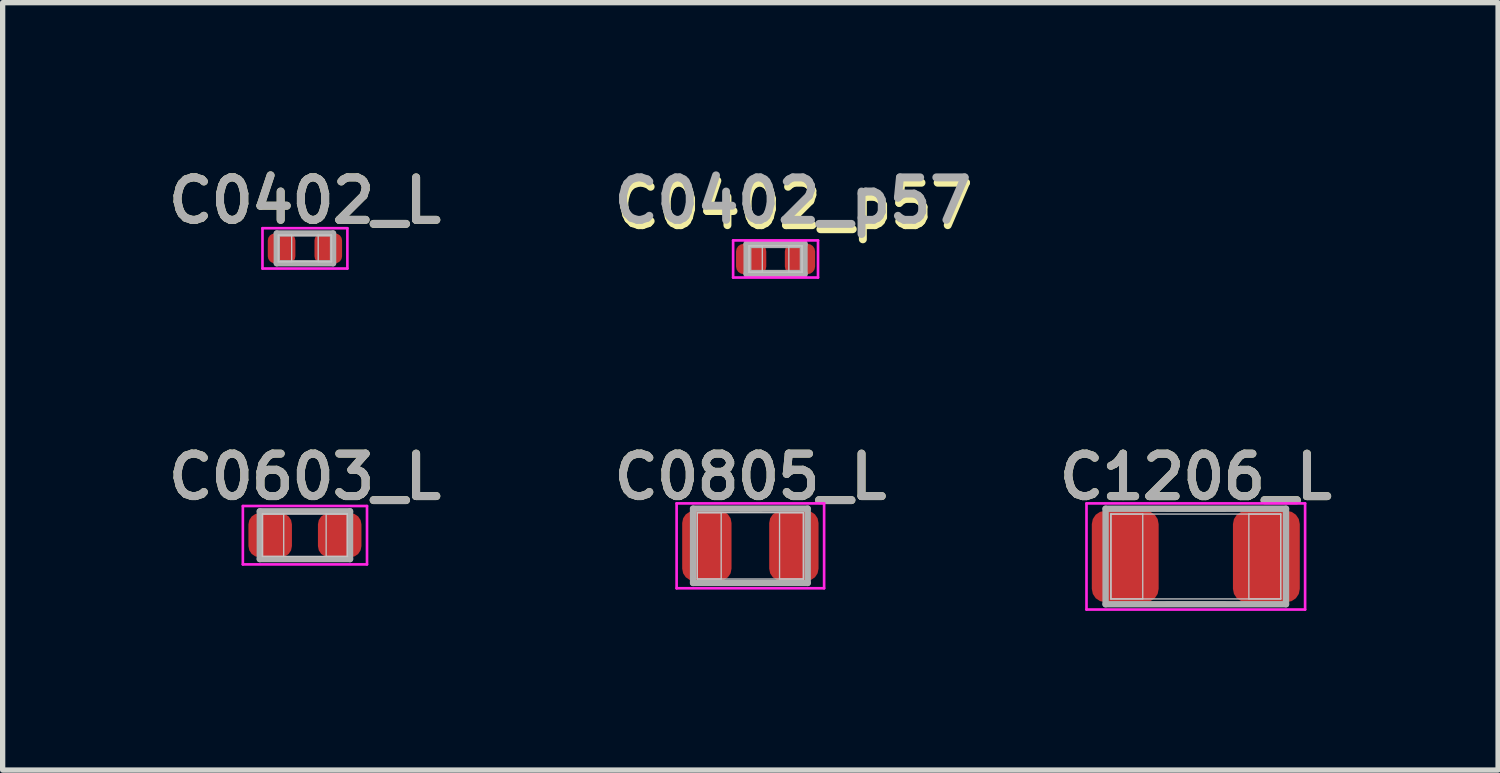
<source format=kicad_pcb>
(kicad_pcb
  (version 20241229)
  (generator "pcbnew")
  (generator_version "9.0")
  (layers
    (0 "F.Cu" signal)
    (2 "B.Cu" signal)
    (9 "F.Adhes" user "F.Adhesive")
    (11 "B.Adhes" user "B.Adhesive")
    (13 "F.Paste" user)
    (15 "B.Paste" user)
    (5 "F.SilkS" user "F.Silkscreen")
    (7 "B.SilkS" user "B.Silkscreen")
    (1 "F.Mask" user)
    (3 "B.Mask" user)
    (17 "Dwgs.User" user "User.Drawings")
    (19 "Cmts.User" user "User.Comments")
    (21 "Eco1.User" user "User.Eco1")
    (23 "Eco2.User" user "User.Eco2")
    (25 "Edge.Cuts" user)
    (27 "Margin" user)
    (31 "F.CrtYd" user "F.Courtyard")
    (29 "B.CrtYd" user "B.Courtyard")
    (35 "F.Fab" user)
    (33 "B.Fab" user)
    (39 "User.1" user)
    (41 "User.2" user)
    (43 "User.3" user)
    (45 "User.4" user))
  (footprint "C1206_L"
    (layer "F.Cu")
    (at 19.487 7.438)
    (property "Reference" "C1206_L" (at 0 -1.5 0) (layer "F.SilkS") (effects (font (size 0.8 0.8) (thickness 0.15))))
    (attr smd)
    (fp_line (start -0.55 -0.9) (end 0.55 -0.9) (stroke (width 0.1) (type solid)) (layer "F.SilkS"))
    (fp_line (start -0.55 0.9) (end 0.55 0.9) (stroke (width 0.1) (type solid)) (layer "F.SilkS"))
    (fp_line (start -1.6 -0.8) (end -1 -0.8) (stroke (width 0.025) (type solid)) (layer "Dwgs.User"))
    (fp_line (start -1.6 -0.8) (end 1.6 -0.8) (stroke (width 0.025) (type solid)) (layer "Dwgs.User"))
    (fp_line (start -1.6 0.8) (end -1.6 -0.8) (stroke (width 0.025) (type solid)) (layer "Dwgs.User"))
    (fp_line (start -1.6 0.8) (end -1.6 -0.8) (stroke (width 0.025) (type solid)) (layer "Dwgs.User"))
    (fp_line (start -1 -0.8) (end -1 0.8) (stroke (width 0.025) (type solid)) (layer "Dwgs.User"))
    (fp_line (start -1 0.8) (end -1.6 0.8) (stroke (width 0.025) (type solid)) (layer "Dwgs.User"))
    (fp_line (start 1 -0.8) (end 1.6 -0.8) (stroke (width 0.025) (type solid)) (layer "Dwgs.User"))
    (fp_line (start 1 0.8) (end 1 -0.8) (stroke (width 0.025) (type solid)) (layer "Dwgs.User"))
    (fp_line (start 1.6 -0.8) (end 1.6 0.8) (stroke (width 0.025) (type solid)) (layer "Dwgs.User"))
    (fp_line (start 1.6 -0.8) (end 1.6 0.8) (stroke (width 0.025) (type solid)) (layer "Dwgs.User"))
    (fp_line (start 1.6 0.8) (end -1.6 0.8) (stroke (width 0.025) (type solid)) (layer "Dwgs.User"))
    (fp_line (start 1.6 0.8) (end 1 0.8) (stroke (width 0.025) (type solid)) (layer "Dwgs.User"))
    (fp_line (start -2.06 -1) (end 2.06 -1) (stroke (width 0.05) (type solid)) (layer "F.CrtYd"))
    (fp_line (start -2.06 1) (end -2.06 -1) (stroke (width 0.05) (type solid)) (layer "F.CrtYd"))
    (fp_line (start 2.06 -1) (end 2.06 1) (stroke (width 0.05) (type solid)) (layer "F.CrtYd"))
    (fp_line (start 2.06 1) (end -2.06 1) (stroke (width 0.05) (type solid)) (layer "F.CrtYd"))
    (fp_line (start -1.7 -0.9) (end 1.7 -0.9) (stroke (width 0.12) (type solid)) (layer "F.Fab"))
    (fp_line (start -1.7 0.9) (end -1.7 -0.9) (stroke (width 0.12) (type solid)) (layer "F.Fab"))
    (fp_line (start 1.7 -0.9) (end 1.7 0.9) (stroke (width 0.12) (type solid)) (layer "F.Fab"))
    (fp_line (start 1.7 0.9) (end -1.7 0.9) (stroke (width 0.12) (type solid)) (layer "F.Fab"))
    (fp_text user "${REFERENCE}" (at 0 -1.5 0) (layer "F.Fab") (effects (font (size 0.8 0.8) (thickness 0.15))))
    (pad "" smd custom (at -1.33 0) (size 0.3 0.3) (layers "F.Paste") (options (anchor circle)) (primitives (gr_poly (pts (xy -0.63 -0.6) (xy -0.4 -0.86) (xy 0.21 -0.86) (xy 0.63 0) (xy 0.21 0.86) (xy -0.4 0.86) (xy -0.63 0.6)) (width 0) (fill yes))))
    (pad "" smd custom (at 1.33 0 180) (size 0.3 0.3) (layers "F.Paste") (options (anchor circle)) (primitives (gr_poly (pts (xy -0.63 -0.6) (xy -0.4 -0.86) (xy 0.21 -0.86) (xy 0.63 0) (xy 0.21 0.86) (xy -0.4 0.86) (xy -0.63 0.6)) (width 0) (fill yes))))
    (pad "1" smd roundrect (at -1.33 0) (size 1.26 1.72) (layers "F.Cu" "F.Mask") (roundrect_rratio 0.198))
    (pad "2" smd roundrect (at 1.33 0) (size 1.26 1.72) (layers "F.Cu" "F.Mask") (roundrect_rratio 0.198)))
  (footprint "C0402_p57"
    (layer "F.Cu")
    (at 11.567 1.831)
    (property "Reference" "C0402_p57" (at 0.325 -1.1 0) (layer "F.Fab") (effects (font (size 0.8 0.8) (thickness 0.15))))
    (attr smd)
    (fp_line (start -0.5 -0.25) (end -0.25 -0.25) (stroke (width 0.025) (type solid)) (layer "Dwgs.User"))
    (fp_line (start -0.5 -0.25) (end 0.5 -0.25) (stroke (width 0.025) (type solid)) (layer "Dwgs.User"))
    (fp_line (start -0.5 0.25) (end -0.5 -0.25) (stroke (width 0.025) (type solid)) (layer "Dwgs.User"))
    (fp_line (start -0.5 0.25) (end -0.5 -0.25) (stroke (width 0.025) (type solid)) (layer "Dwgs.User"))
    (fp_line (start -0.25 -0.25) (end -0.25 0.25) (stroke (width 0.025) (type solid)) (layer "Dwgs.User"))
    (fp_line (start -0.25 0.25) (end -0.5 0.25) (stroke (width 0.025) (type solid)) (layer "Dwgs.User"))
    (fp_line (start 0.25 -0.25) (end 0.5 -0.25) (stroke (width 0.025) (type solid)) (layer "Dwgs.User"))
    (fp_line (start 0.25 0.25) (end 0.25 -0.25) (stroke (width 0.025) (type solid)) (layer "Dwgs.User"))
    (fp_line (start 0.5 -0.25) (end 0.5 0.25) (stroke (width 0.025) (type solid)) (layer "Dwgs.User"))
    (fp_line (start 0.5 -0.25) (end 0.5 0.25) (stroke (width 0.025) (type solid)) (layer "Dwgs.User"))
    (fp_line (start 0.5 0.25) (end -0.5 0.25) (stroke (width 0.025) (type solid)) (layer "Dwgs.User"))
    (fp_line (start 0.5 0.25) (end 0.25 0.25) (stroke (width 0.025) (type solid)) (layer "Dwgs.User"))
    (fp_line (start -0.8 -0.35) (end 0.8 -0.35) (stroke (width 0.05) (type solid)) (layer "F.CrtYd"))
    (fp_line (start -0.8 0.35) (end -0.8 -0.35) (stroke (width 0.05) (type solid)) (layer "F.CrtYd"))
    (fp_line (start 0.8 -0.35) (end 0.8 0.35) (stroke (width 0.05) (type solid)) (layer "F.CrtYd"))
    (fp_line (start 0.8 0.35) (end -0.8 0.35) (stroke (width 0.05) (type solid)) (layer "F.CrtYd"))
    (fp_line (start -0.53 -0.28) (end 0.53 -0.28) (stroke (width 0.15) (type solid)) (layer "F.Fab"))
    (fp_line (start -0.53 0.28) (end -0.53 -0.28) (stroke (width 0.15) (type solid)) (layer "F.Fab"))
    (fp_line (start 0.53 -0.28) (end 0.53 0.28) (stroke (width 0.15) (type solid)) (layer "F.Fab"))
    (fp_line (start 0.53 0.28) (end -0.53 0.28) (stroke (width 0.15) (type solid)) (layer "F.Fab"))
    (fp_text user "${REFERENCE}" (at 0.35 -1 0) (layer "F.SilkS") (effects (font (size 0.8 0.8) (thickness 0.15))))
    (pad "" smd custom (at -0.46 0) (size 0.3 0.3) (layers "F.Paste") (options (anchor circle)) (primitives (gr_poly (pts (xy -0.29 -0.15) (xy -0.15 -0.29) (xy 0.095 -0.29) (xy 0.29 0) (xy 0.095 0.29) (xy -0.15 0.29) (xy -0.29 0.15)) (width 0) (fill yes))))
    (pad "" smd custom (at 0.46 0 180) (size 0.3 0.3) (layers "F.Paste") (options (anchor circle)) (primitives (gr_poly (pts (xy -0.29 -0.15) (xy -0.15 -0.29) (xy 0.095 -0.29) (xy 0.29 0) (xy 0.095 0.29) (xy -0.15 0.29) (xy -0.29 0.15)) (width 0) (fill yes))))
    (pad "1" smd roundrect (at -0.46 0) (size 0.57 0.57) (layers "F.Cu" "F.Mask") (roundrect_rratio 0.25))
    (pad "2" smd roundrect (at 0.46 0) (size 0.57 0.57) (layers "F.Cu" "F.Mask") (roundrect_rratio 0.25)))
  (footprint "C0805_L"
    (layer "F.Cu")
    (at 11.092 7.237)
    (property "Reference" "C0805_L" (at 0 -1.3 0) (layer "F.SilkS") (effects (font (size 0.8 0.8) (thickness 0.15))))
    (attr smd)
    (fp_line (start -0.205 -0.7) (end 0.205 -0.7) (stroke (width 0.1) (type solid)) (layer "F.SilkS"))
    (fp_line (start -0.205 0.7) (end 0.205 0.7) (stroke (width 0.1) (type solid)) (layer "F.SilkS"))
    (fp_line (start -1 -0.625) (end -0.55 -0.625) (stroke (width 0.025) (type solid)) (layer "Dwgs.User"))
    (fp_line (start -1 -0.625) (end 1 -0.625) (stroke (width 0.025) (type solid)) (layer "Dwgs.User"))
    (fp_line (start -1 0.625) (end -1 -0.625) (stroke (width 0.025) (type solid)) (layer "Dwgs.User"))
    (fp_line (start -1 0.625) (end -1 -0.625) (stroke (width 0.025) (type solid)) (layer "Dwgs.User"))
    (fp_line (start -0.55 -0.625) (end -0.55 0.625) (stroke (width 0.025) (type solid)) (layer "Dwgs.User"))
    (fp_line (start -0.55 0.625) (end -1 0.625) (stroke (width 0.025) (type solid)) (layer "Dwgs.User"))
    (fp_line (start 0.55 -0.625) (end 1 -0.625) (stroke (width 0.025) (type solid)) (layer "Dwgs.User"))
    (fp_line (start 0.55 0.625) (end 0.55 -0.625) (stroke (width 0.025) (type solid)) (layer "Dwgs.User"))
    (fp_line (start 1 -0.625) (end 1 0.625) (stroke (width 0.025) (type solid)) (layer "Dwgs.User"))
    (fp_line (start 1 -0.625) (end 1 0.625) (stroke (width 0.025) (type solid)) (layer "Dwgs.User"))
    (fp_line (start 1 0.625) (end -1 0.625) (stroke (width 0.025) (type solid)) (layer "Dwgs.User"))
    (fp_line (start 1 0.625) (end 0.55 0.625) (stroke (width 0.025) (type solid)) (layer "Dwgs.User"))
    (fp_line (start -1.39 -0.8) (end 1.39 -0.8) (stroke (width 0.05) (type solid)) (layer "F.CrtYd"))
    (fp_line (start -1.39 0.8) (end -1.39 -0.8) (stroke (width 0.05) (type solid)) (layer "F.CrtYd"))
    (fp_line (start 1.39 -0.8) (end 1.39 0.8) (stroke (width 0.05) (type solid)) (layer "F.CrtYd"))
    (fp_line (start 1.39 0.8) (end -1.39 0.8) (stroke (width 0.05) (type solid)) (layer "F.CrtYd"))
    (fp_line (start -1.08 -0.7) (end 1.08 -0.7) (stroke (width 0.12) (type solid)) (layer "F.Fab"))
    (fp_line (start -1.08 0.7) (end -1.08 -0.7) (stroke (width 0.12) (type solid)) (layer "F.Fab"))
    (fp_line (start 1.08 -0.7) (end 1.08 0.7) (stroke (width 0.12) (type solid)) (layer "F.Fab"))
    (fp_line (start 1.08 0.7) (end -1.08 0.7) (stroke (width 0.12) (type solid)) (layer "F.Fab"))
    (fp_text user "${REFERENCE}" (at 0 -1.3 0) (layer "F.Fab") (effects (font (size 0.8 0.8) (thickness 0.15))))
    (pad "" smd custom (at -0.82 0) (size 0.3 0.3) (layers "F.Paste") (options (anchor circle)) (primitives (gr_poly (pts (xy -0.465 -0.45) (xy -0.25 -0.66) (xy 0.155 -0.66) (xy 0.465 0) (xy 0.155 0.66) (xy -0.25 0.66) (xy -0.465 0.45)) (width 0) (fill yes))))
    (pad "" smd custom (at 0.82 0 180) (size 0.3 0.3) (layers "F.Paste") (options (anchor circle)) (primitives (gr_poly (pts (xy -0.465 -0.45) (xy -0.25 -0.66) (xy 0.155 -0.66) (xy 0.465 0) (xy 0.155 0.66) (xy -0.25 0.66) (xy -0.465 0.45)) (width 0) (fill yes))))
    (pad "1" smd roundrect (at -0.82 0) (size 0.93 1.32) (layers "F.Cu" "F.Mask") (roundrect_rratio 0.247))
    (pad "2" smd roundrect (at 0.82 0) (size 0.93 1.32) (layers "F.Cu" "F.Mask") (roundrect_rratio 0.247)))
  (footprint "C0603_L"
    (layer "F.Cu")
    (at 2.697 7.037)
    (property "Reference" "C0603_L" (at 0 -1.1 0) (layer "F.SilkS") (effects (font (size 0.8 0.8) (thickness 0.15))))
    (attr smd)
    (fp_line (start -0.8 -0.4) (end -0.4 -0.4) (stroke (width 0.025) (type solid)) (layer "Dwgs.User"))
    (fp_line (start -0.8 -0.4) (end 0.8 -0.4) (stroke (width 0.025) (type solid)) (layer "Dwgs.User"))
    (fp_line (start -0.8 0.4) (end -0.8 -0.4) (stroke (width 0.025) (type solid)) (layer "Dwgs.User"))
    (fp_line (start -0.8 0.4) (end -0.8 -0.4) (stroke (width 0.025) (type solid)) (layer "Dwgs.User"))
    (fp_line (start -0.4 -0.4) (end -0.4 0.4) (stroke (width 0.025) (type solid)) (layer "Dwgs.User"))
    (fp_line (start -0.4 0.4) (end -0.8 0.4) (stroke (width 0.025) (type solid)) (layer "Dwgs.User"))
    (fp_line (start 0.4 -0.4) (end 0.8 -0.4) (stroke (width 0.025) (type solid)) (layer "Dwgs.User"))
    (fp_line (start 0.4 0.4) (end 0.4 -0.4) (stroke (width 0.025) (type solid)) (layer "Dwgs.User"))
    (fp_line (start 0.8 -0.4) (end 0.8 0.4) (stroke (width 0.025) (type solid)) (layer "Dwgs.User"))
    (fp_line (start 0.8 -0.4) (end 0.8 0.4) (stroke (width 0.025) (type solid)) (layer "Dwgs.User"))
    (fp_line (start 0.8 0.4) (end -0.8 0.4) (stroke (width 0.025) (type solid)) (layer "Dwgs.User"))
    (fp_line (start 0.8 0.4) (end 0.4 0.4) (stroke (width 0.025) (type solid)) (layer "Dwgs.User"))
    (fp_line (start -1.17 -0.55) (end 1.17 -0.55) (stroke (width 0.05) (type solid)) (layer "F.CrtYd"))
    (fp_line (start -1.17 0.55) (end -1.17 -0.55) (stroke (width 0.05) (type solid)) (layer "F.CrtYd"))
    (fp_line (start 1.17 -0.55) (end 1.17 0.55) (stroke (width 0.05) (type solid)) (layer "F.CrtYd"))
    (fp_line (start 1.17 0.55) (end -1.17 0.55) (stroke (width 0.05) (type solid)) (layer "F.CrtYd"))
    (fp_line (start -0.85 -0.45) (end 0.85 -0.45) (stroke (width 0.12) (type solid)) (layer "F.Fab"))
    (fp_line (start -0.85 0.45) (end -0.85 -0.45) (stroke (width 0.12) (type solid)) (layer "F.Fab"))
    (fp_line (start 0.85 -0.45) (end 0.85 0.45) (stroke (width 0.12) (type solid)) (layer "F.Fab"))
    (fp_line (start 0.85 0.45) (end -0.85 0.45) (stroke (width 0.12) (type solid)) (layer "F.Fab"))
    (fp_text user "${REFERENCE}" (at 0 -1.1 0) (layer "F.Fab") (effects (font (size 0.8 0.8) (thickness 0.15))))
    (pad "" smd custom (at -0.655 0) (size 0.3 0.3) (layers "F.Paste") (options (anchor circle)) (primitives (gr_poly (pts (xy -0.41 -0.22) (xy -0.22 -0.415) (xy 0.137 -0.415) (xy 0.41 0) (xy 0.137 0.415) (xy -0.22 0.415) (xy -0.41 0.22)) (width 0) (fill yes))))
    (pad "" smd custom (at 0.655 0 180) (size 0.3 0.3) (layers "F.Paste") (options (anchor circle)) (primitives (gr_poly (pts (xy -0.41 -0.22) (xy -0.22 -0.415) (xy 0.137 -0.415) (xy 0.41 0) (xy 0.137 0.415) (xy -0.22 0.415) (xy -0.41 0.22)) (width 0) (fill yes))))
    (pad "1" smd roundrect (at -0.655 0) (size 0.82 0.83) (layers "F.Cu" "F.Mask") (roundrect_rratio 0.256))
    (pad "2" smd roundrect (at 0.655 0) (size 0.82 0.83) (layers "F.Cu" "F.Mask") (roundrect_rratio 0.256)))
  (footprint "C0402_L"
    (layer "F.Cu")
    (at 2.697 1.631)
    (property "Reference" "C0402_L" (at 0 -0.9 0) (layer "F.SilkS") (effects (font (size 0.8 0.8) (thickness 0.15))))
    (attr smd)
    (fp_line (start -0.5 -0.25) (end -0.25 -0.25) (stroke (width 0.025) (type solid)) (layer "Dwgs.User"))
    (fp_line (start -0.5 -0.25) (end 0.5 -0.25) (stroke (width 0.025) (type solid)) (layer "Dwgs.User"))
    (fp_line (start -0.5 0.25) (end -0.5 -0.25) (stroke (width 0.025) (type solid)) (layer "Dwgs.User"))
    (fp_line (start -0.5 0.25) (end -0.5 -0.25) (stroke (width 0.025) (type solid)) (layer "Dwgs.User"))
    (fp_line (start -0.25 -0.25) (end -0.25 0.25) (stroke (width 0.025) (type solid)) (layer "Dwgs.User"))
    (fp_line (start -0.25 0.25) (end -0.5 0.25) (stroke (width 0.025) (type solid)) (layer "Dwgs.User"))
    (fp_line (start 0.25 -0.25) (end 0.5 -0.25) (stroke (width 0.025) (type solid)) (layer "Dwgs.User"))
    (fp_line (start 0.25 0.25) (end 0.25 -0.25) (stroke (width 0.025) (type solid)) (layer "Dwgs.User"))
    (fp_line (start 0.5 -0.25) (end 0.5 0.25) (stroke (width 0.025) (type solid)) (layer "Dwgs.User"))
    (fp_line (start 0.5 -0.25) (end 0.5 0.25) (stroke (width 0.025) (type solid)) (layer "Dwgs.User"))
    (fp_line (start 0.5 0.25) (end -0.5 0.25) (stroke (width 0.025) (type solid)) (layer "Dwgs.User"))
    (fp_line (start 0.5 0.25) (end 0.25 0.25) (stroke (width 0.025) (type solid)) (layer "Dwgs.User"))
    (fp_line (start -0.8 -0.38) (end 0.8 -0.38) (stroke (width 0.05) (type solid)) (layer "F.CrtYd"))
    (fp_line (start -0.8 0.38) (end -0.8 -0.38) (stroke (width 0.05) (type solid)) (layer "F.CrtYd"))
    (fp_line (start 0.8 -0.38) (end 0.8 0.38) (stroke (width 0.05) (type solid)) (layer "F.CrtYd"))
    (fp_line (start 0.8 0.38) (end -0.8 0.38) (stroke (width 0.05) (type solid)) (layer "F.CrtYd"))
    (fp_line (start -0.53 -0.28) (end 0.53 -0.28) (stroke (width 0.12) (type solid)) (layer "F.Fab"))
    (fp_line (start -0.53 0.28) (end -0.53 -0.28) (stroke (width 0.12) (type solid)) (layer "F.Fab"))
    (fp_line (start 0.53 -0.28) (end 0.53 0.28) (stroke (width 0.12) (type solid)) (layer "F.Fab"))
    (fp_line (start 0.53 0.28) (end -0.53 0.28) (stroke (width 0.12) (type solid)) (layer "F.Fab"))
    (fp_text user "${REFERENCE}" (at 0 -0.9 0) (layer "F.Fab") (effects (font (size 0.8 0.8) (thickness 0.15))))
    (pad "" smd custom (at -0.44 0) (size 0.3 0.3) (layers "F.Paste") (options (anchor circle)) (primitives (gr_poly (pts (xy -0.26 -0.14) (xy -0.14 -0.28) (xy 0.087 -0.28) (xy 0.26 0) (xy 0.087 0.28) (xy -0.14 0.28) (xy -0.26 0.14)) (width 0) (fill yes))))
    (pad "" smd custom (at 0.44 0 180) (size 0.3 0.3) (layers "F.Paste") (options (anchor circle)) (primitives (gr_poly (pts (xy -0.26 -0.14) (xy -0.14 -0.28) (xy 0.087 -0.28) (xy 0.26 0) (xy 0.087 0.28) (xy -0.14 0.28) (xy -0.26 0.14)) (width 0) (fill yes))))
    (pad "1" smd roundrect (at -0.44 0) (size 0.52 0.56) (layers "F.Cu" "F.Mask") (roundrect_rratio 0.25))
    (pad "2" smd roundrect (at 0.44 0) (size 0.52 0.56) (layers "F.Cu" "F.Mask") (roundrect_rratio 0.25)))
  (gr_rect
    (start -3 -3)
    (end 25.184 11.463)
    (stroke (width 0.1) (type default))
    (fill no)
    (layer "Edge.Cuts")))
</source>
